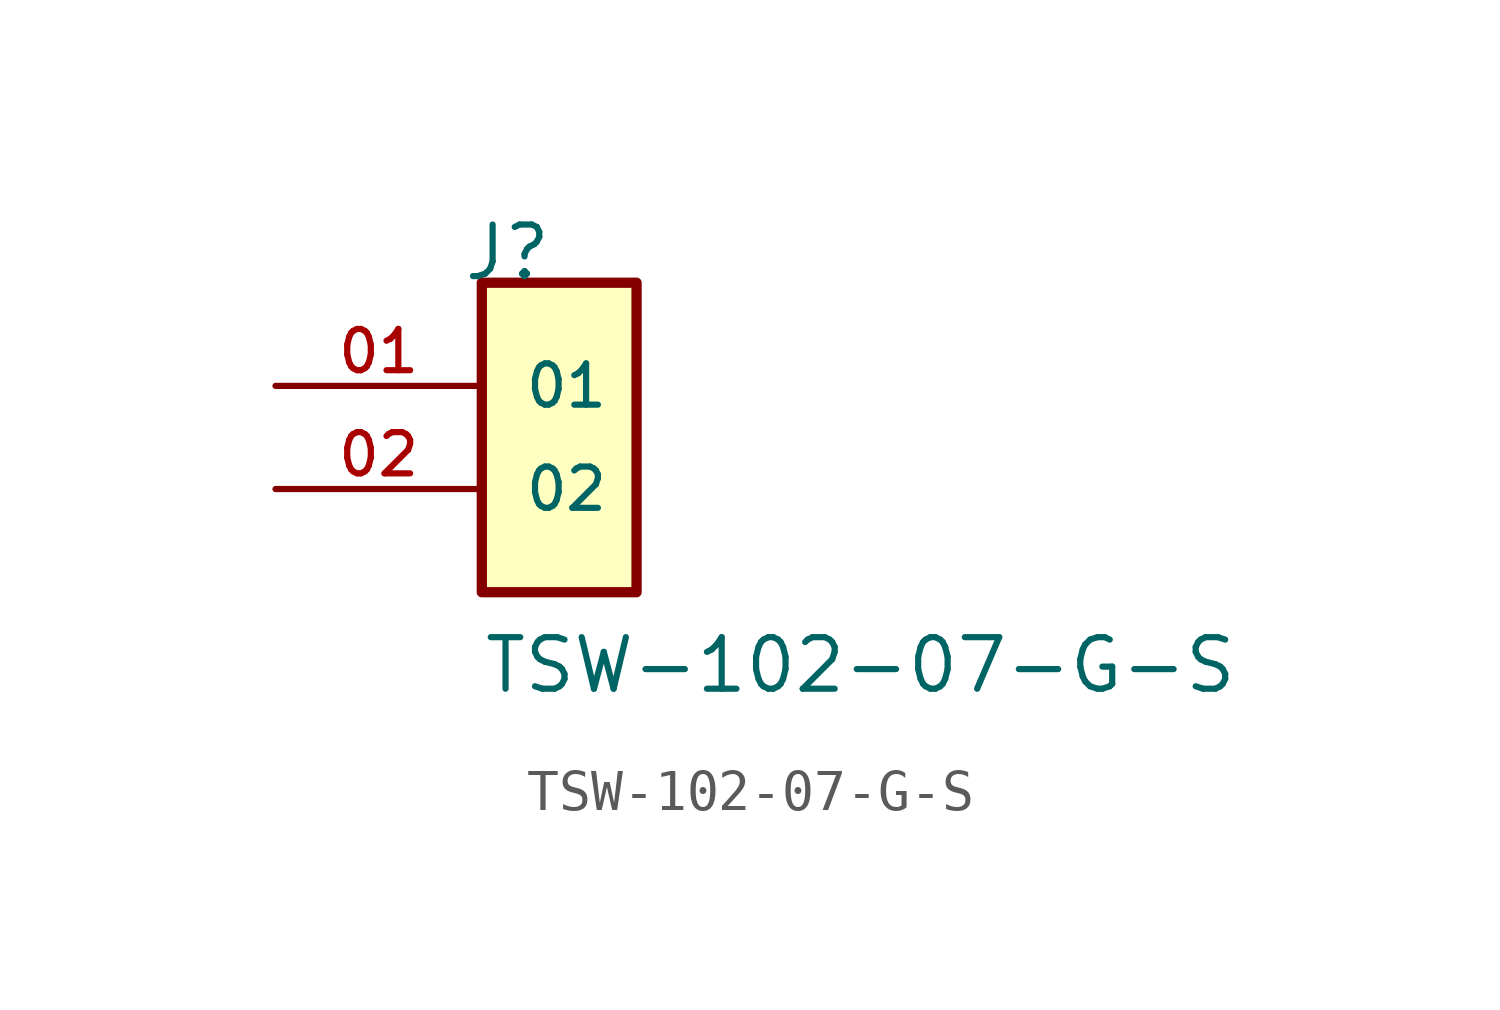
<source format=kicad_sym>
(kicad_symbol_lib
  (version 20241209)
  (generator "kicad_symbol_editor")
  (generator_version "9.0")
  (symbol "TSW-102-07-G-S"
    (pin_names
      (offset 1.016))
    (property "Reference" "J"
      (at -8.12 5.08 0)
      (effects (font (size 1.27 1.27)) (justify left bottom)))
    (property "Value" "TSW-102-07-G-S"
      (at -7.62 -5.08 0)
      (effects (font (size 1.27 1.27)) (justify left bottom)))
    (symbol "TSW-102-07-G-S_0_0"
      (rectangle (start -7.62 5.08) (end -3.81 -2.54) (stroke (width 0.254) (type default)) (fill (type background)))
      (pin passive line (at -12.7 2.54 0) (length 5.08) (name "01" (effects (font (size 1.016 1.016)))) (number "01" (effects (font (size 1.016 1.016)))))
      (pin passive line (at -12.7 0 0) (length 5.08) (name "02" (effects (font (size 1.016 1.016)))) (number "02" (effects (font (size 1.016 1.016))))))))
</source>
